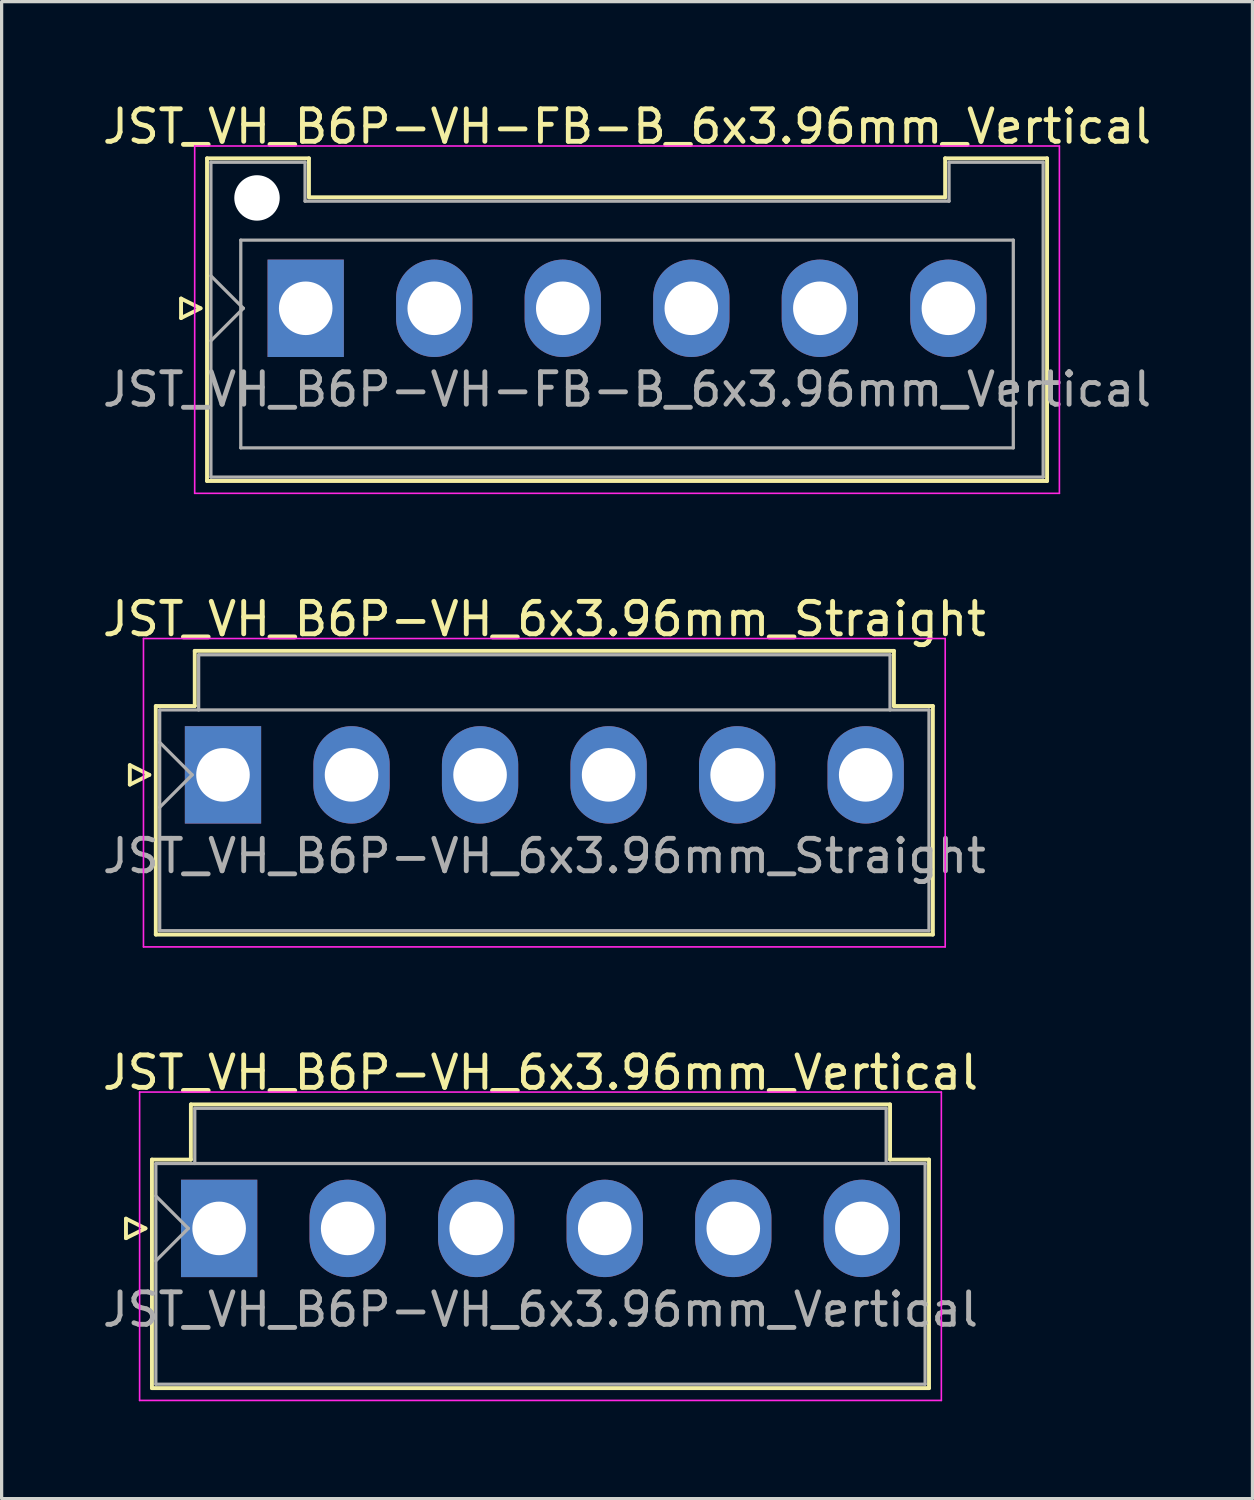
<source format=kicad_pcb>
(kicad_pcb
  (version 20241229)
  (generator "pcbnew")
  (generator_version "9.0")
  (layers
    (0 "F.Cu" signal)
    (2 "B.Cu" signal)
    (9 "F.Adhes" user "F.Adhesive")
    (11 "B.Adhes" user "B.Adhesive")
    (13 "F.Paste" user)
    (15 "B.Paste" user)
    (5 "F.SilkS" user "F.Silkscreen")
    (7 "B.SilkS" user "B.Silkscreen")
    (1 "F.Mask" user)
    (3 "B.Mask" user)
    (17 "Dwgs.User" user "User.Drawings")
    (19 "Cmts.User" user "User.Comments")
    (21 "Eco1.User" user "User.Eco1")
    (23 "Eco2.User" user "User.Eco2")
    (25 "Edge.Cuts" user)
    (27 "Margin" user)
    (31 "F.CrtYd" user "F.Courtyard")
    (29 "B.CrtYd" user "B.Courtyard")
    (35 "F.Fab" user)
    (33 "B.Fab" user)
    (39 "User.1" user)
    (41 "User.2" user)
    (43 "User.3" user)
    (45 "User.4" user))
  (footprint "JST_VH_B6P-VH_6x3.96mm_Straight"
    (layer "F.Cu")
    (at 3.82 20.822)
    (property "Reference" "JST_VH_B6P-VH_6x3.96mm_Straight" (at 9.9 -4.8 0) (layer "F.SilkS") (effects (font (size 1 1) (thickness 0.15))))
    (attr through_hole)
    (fp_line (start -2.87 -0.3) (end -2.27 0) (stroke (width 0.12) (type solid)) (layer "F.SilkS"))
    (fp_line (start -2.87 0.3) (end -2.87 -0.3) (stroke (width 0.12) (type solid)) (layer "F.SilkS"))
    (fp_line (start -2.27 0) (end -2.87 0.3) (stroke (width 0.12) (type solid)) (layer "F.SilkS"))
    (fp_line (start -2.07 -2.12) (end -0.87 -2.12) (stroke (width 0.12) (type solid)) (layer "F.SilkS"))
    (fp_line (start -2.07 4.92) (end -2.07 -2.12) (stroke (width 0.12) (type solid)) (layer "F.SilkS"))
    (fp_line (start -0.87 -3.82) (end 20.67 -3.82) (stroke (width 0.12) (type solid)) (layer "F.SilkS"))
    (fp_line (start -0.87 -2.12) (end -0.87 -3.82) (stroke (width 0.12) (type solid)) (layer "F.SilkS"))
    (fp_line (start 20.67 -3.82) (end 20.67 -2.12) (stroke (width 0.12) (type solid)) (layer "F.SilkS"))
    (fp_line (start 20.67 -2.12) (end 21.87 -2.12) (stroke (width 0.12) (type solid)) (layer "F.SilkS"))
    (fp_line (start 21.87 -2.12) (end 21.87 4.92) (stroke (width 0.12) (type solid)) (layer "F.SilkS"))
    (fp_line (start 21.87 4.92) (end -2.07 4.92) (stroke (width 0.12) (type solid)) (layer "F.SilkS"))
    (fp_line (start -2.45 -4.2) (end -2.45 5.3) (stroke (width 0.05) (type solid)) (layer "F.CrtYd"))
    (fp_line (start -2.45 5.3) (end 22.25 5.3) (stroke (width 0.05) (type solid)) (layer "F.CrtYd"))
    (fp_line (start 22.25 -4.2) (end -2.45 -4.2) (stroke (width 0.05) (type solid)) (layer "F.CrtYd"))
    (fp_line (start 22.25 5.3) (end 22.25 -4.2) (stroke (width 0.05) (type solid)) (layer "F.CrtYd"))
    (fp_line (start -1.95 -2) (end -1.95 4.8) (stroke (width 0.1) (type solid)) (layer "F.Fab"))
    (fp_line (start -1.95 -1) (end -0.95 0) (stroke (width 0.1) (type solid)) (layer "F.Fab"))
    (fp_line (start -1.95 1) (end -0.95 0) (stroke (width 0.1) (type solid)) (layer "F.Fab"))
    (fp_line (start -1.95 4.8) (end 21.75 4.8) (stroke (width 0.1) (type solid)) (layer "F.Fab"))
    (fp_line (start -0.75 -3.7) (end 20.55 -3.7) (stroke (width 0.1) (type solid)) (layer "F.Fab"))
    (fp_line (start -0.75 -2) (end -0.75 -3.7) (stroke (width 0.1) (type solid)) (layer "F.Fab"))
    (fp_line (start 20.55 -3.7) (end 20.55 -2) (stroke (width 0.1) (type solid)) (layer "F.Fab"))
    (fp_line (start 21.75 -2) (end -1.95 -2) (stroke (width 0.1) (type solid)) (layer "F.Fab"))
    (fp_line (start 21.75 4.8) (end 21.75 -2) (stroke (width 0.1) (type solid)) (layer "F.Fab"))
    (fp_text user "${REFERENCE}" (at 9.9 2.5 0) (layer "F.Fab") (effects (font (size 1 1) (thickness 0.15))))
    (pad "1" thru_hole rect (at 0 0) (size 2.35 3) (drill 1.65) (layers "*.Cu" "*.Mask"))
    (pad "2" thru_hole oval (at 3.96 0) (size 2.35 3) (drill 1.65) (layers "*.Cu" "*.Mask"))
    (pad "3" thru_hole oval (at 7.92 0) (size 2.35 3) (drill 1.65) (layers "*.Cu" "*.Mask"))
    (pad "4" thru_hole oval (at 11.88 0) (size 2.35 3) (drill 1.65) (layers "*.Cu" "*.Mask"))
    (pad "5" thru_hole oval (at 15.84 0) (size 2.35 3) (drill 1.65) (layers "*.Cu" "*.Mask"))
    (pad "6" thru_hole oval (at 19.8 0) (size 2.35 3) (drill 1.65) (layers "*.Cu" "*.Mask")))
  (footprint "JST_VH_B6P-VH_6x3.96mm_Vertical"
    (layer "F.Cu")
    (at 3.701 34.795)
    (property "Reference" "JST_VH_B6P-VH_6x3.96mm_Vertical" (at 9.9 -4.8 0) (layer "F.SilkS") (effects (font (size 1 1) (thickness 0.15))))
    (attr through_hole)
    (fp_line (start -2.87 -0.3) (end -2.27 0) (stroke (width 0.12) (type solid)) (layer "F.SilkS"))
    (fp_line (start -2.87 0.3) (end -2.87 -0.3) (stroke (width 0.12) (type solid)) (layer "F.SilkS"))
    (fp_line (start -2.27 0) (end -2.87 0.3) (stroke (width 0.12) (type solid)) (layer "F.SilkS"))
    (fp_line (start -2.07 -2.12) (end -0.87 -2.12) (stroke (width 0.12) (type solid)) (layer "F.SilkS"))
    (fp_line (start -2.07 4.92) (end -2.07 -2.12) (stroke (width 0.12) (type solid)) (layer "F.SilkS"))
    (fp_line (start -0.87 -3.82) (end 20.67 -3.82) (stroke (width 0.12) (type solid)) (layer "F.SilkS"))
    (fp_line (start -0.87 -2.12) (end -0.87 -3.82) (stroke (width 0.12) (type solid)) (layer "F.SilkS"))
    (fp_line (start 20.67 -3.82) (end 20.67 -2.12) (stroke (width 0.12) (type solid)) (layer "F.SilkS"))
    (fp_line (start 20.67 -2.12) (end 21.87 -2.12) (stroke (width 0.12) (type solid)) (layer "F.SilkS"))
    (fp_line (start 21.87 -2.12) (end 21.87 4.92) (stroke (width 0.12) (type solid)) (layer "F.SilkS"))
    (fp_line (start 21.87 4.92) (end -2.07 4.92) (stroke (width 0.12) (type solid)) (layer "F.SilkS"))
    (fp_line (start -2.45 -4.2) (end -2.45 5.3) (stroke (width 0.05) (type solid)) (layer "F.CrtYd"))
    (fp_line (start -2.45 5.3) (end 22.25 5.3) (stroke (width 0.05) (type solid)) (layer "F.CrtYd"))
    (fp_line (start 22.25 -4.2) (end -2.45 -4.2) (stroke (width 0.05) (type solid)) (layer "F.CrtYd"))
    (fp_line (start 22.25 5.3) (end 22.25 -4.2) (stroke (width 0.05) (type solid)) (layer "F.CrtYd"))
    (fp_line (start -1.95 -2) (end -1.95 4.8) (stroke (width 0.1) (type solid)) (layer "F.Fab"))
    (fp_line (start -1.95 -1) (end -0.95 0) (stroke (width 0.1) (type solid)) (layer "F.Fab"))
    (fp_line (start -1.95 1) (end -0.95 0) (stroke (width 0.1) (type solid)) (layer "F.Fab"))
    (fp_line (start -1.95 4.8) (end 21.75 4.8) (stroke (width 0.1) (type solid)) (layer "F.Fab"))
    (fp_line (start -0.75 -3.7) (end 20.55 -3.7) (stroke (width 0.1) (type solid)) (layer "F.Fab"))
    (fp_line (start -0.75 -2) (end -0.75 -3.7) (stroke (width 0.1) (type solid)) (layer "F.Fab"))
    (fp_line (start 20.55 -3.7) (end 20.55 -2) (stroke (width 0.1) (type solid)) (layer "F.Fab"))
    (fp_line (start 21.75 -2) (end -1.95 -2) (stroke (width 0.1) (type solid)) (layer "F.Fab"))
    (fp_line (start 21.75 4.8) (end 21.75 -2) (stroke (width 0.1) (type solid)) (layer "F.Fab"))
    (fp_text user "${REFERENCE}" (at 9.9 2.5 0) (layer "F.Fab") (effects (font (size 1 1) (thickness 0.15))))
    (pad "1" thru_hole rect (at 0 0) (size 2.35 3) (drill 1.65) (layers "*.Cu" "*.Mask"))
    (pad "2" thru_hole oval (at 3.96 0) (size 2.35 3) (drill 1.65) (layers "*.Cu" "*.Mask"))
    (pad "3" thru_hole oval (at 7.92 0) (size 2.35 3) (drill 1.65) (layers "*.Cu" "*.Mask"))
    (pad "4" thru_hole oval (at 11.88 0) (size 2.35 3) (drill 1.65) (layers "*.Cu" "*.Mask"))
    (pad "5" thru_hole oval (at 15.84 0) (size 2.35 3) (drill 1.65) (layers "*.Cu" "*.Mask"))
    (pad "6" thru_hole oval (at 19.8 0) (size 2.35 3) (drill 1.65) (layers "*.Cu" "*.Mask")))
  (footprint "JST_VH_B6P-VH-FB-B_6x3.96mm_Vertical"
    (layer "F.Cu")
    (at 6.368 6.448)
    (property "Reference" "JST_VH_B6P-VH-FB-B_6x3.96mm_Vertical" (at 9.9 -5.6 0) (layer "F.SilkS") (effects (font (size 1 1) (thickness 0.15))))
    (attr through_hole)
    (fp_line (start -3.84 -0.3) (end -3.24 0) (stroke (width 0.12) (type solid)) (layer "F.SilkS"))
    (fp_line (start -3.84 0.3) (end -3.84 -0.3) (stroke (width 0.12) (type solid)) (layer "F.SilkS"))
    (fp_line (start -3.24 0) (end -3.84 0.3) (stroke (width 0.12) (type solid)) (layer "F.SilkS"))
    (fp_line (start -3.04 -4.62) (end 0.1 -4.62) (stroke (width 0.12) (type solid)) (layer "F.SilkS"))
    (fp_line (start -3.04 5.32) (end -3.04 -4.62) (stroke (width 0.12) (type solid)) (layer "F.SilkS"))
    (fp_line (start 0.1 -4.62) (end 0.1 -3.42) (stroke (width 0.12) (type solid)) (layer "F.SilkS"))
    (fp_line (start 0.1 -3.42) (end 19.7 -3.42) (stroke (width 0.12) (type solid)) (layer "F.SilkS"))
    (fp_line (start 19.7 -4.62) (end 22.84 -4.62) (stroke (width 0.12) (type solid)) (layer "F.SilkS"))
    (fp_line (start 19.7 -3.42) (end 19.7 -4.62) (stroke (width 0.12) (type solid)) (layer "F.SilkS"))
    (fp_line (start 22.84 -4.62) (end 22.84 5.32) (stroke (width 0.12) (type solid)) (layer "F.SilkS"))
    (fp_line (start 22.84 5.32) (end -3.04 5.32) (stroke (width 0.12) (type solid)) (layer "F.SilkS"))
    (fp_line (start -3.42 -5) (end -3.42 5.7) (stroke (width 0.05) (type solid)) (layer "F.CrtYd"))
    (fp_line (start -3.42 5.7) (end 23.22 5.7) (stroke (width 0.05) (type solid)) (layer "F.CrtYd"))
    (fp_line (start 23.22 -5) (end -3.42 -5) (stroke (width 0.05) (type solid)) (layer "F.CrtYd"))
    (fp_line (start 23.22 5.7) (end 23.22 -5) (stroke (width 0.05) (type solid)) (layer "F.CrtYd"))
    (fp_line (start -2.92 -4.5) (end -0.02 -4.5) (stroke (width 0.1) (type solid)) (layer "F.Fab"))
    (fp_line (start -2.92 -1) (end -1.92 0) (stroke (width 0.1) (type solid)) (layer "F.Fab"))
    (fp_line (start -2.92 1) (end -1.92 0) (stroke (width 0.1) (type solid)) (layer "F.Fab"))
    (fp_line (start -2.92 5.2) (end -2.92 -4.5) (stroke (width 0.1) (type solid)) (layer "F.Fab"))
    (fp_line (start -2 -2.1) (end 21.8 -2.1) (stroke (width 0.1) (type solid)) (layer "F.Fab"))
    (fp_line (start -2 4.3) (end -2 -2.1) (stroke (width 0.1) (type solid)) (layer "F.Fab"))
    (fp_line (start -0.02 -4.5) (end -0.02 -3.3) (stroke (width 0.1) (type solid)) (layer "F.Fab"))
    (fp_line (start -0.02 -3.3) (end 19.82 -3.3) (stroke (width 0.1) (type solid)) (layer "F.Fab"))
    (fp_line (start 19.82 -4.5) (end 22.72 -4.5) (stroke (width 0.1) (type solid)) (layer "F.Fab"))
    (fp_line (start 19.82 -3.3) (end 19.82 -4.5) (stroke (width 0.1) (type solid)) (layer "F.Fab"))
    (fp_line (start 21.8 -2.1) (end 21.8 4.3) (stroke (width 0.1) (type solid)) (layer "F.Fab"))
    (fp_line (start 21.8 4.3) (end -2 4.3) (stroke (width 0.1) (type solid)) (layer "F.Fab"))
    (fp_line (start 22.72 -4.5) (end 22.72 5.2) (stroke (width 0.1) (type solid)) (layer "F.Fab"))
    (fp_line (start 22.72 5.2) (end -2.92 5.2) (stroke (width 0.1) (type solid)) (layer "F.Fab"))
    (fp_text user "${REFERENCE}" (at 9.9 2.5 0) (layer "F.Fab") (effects (font (size 1 1) (thickness 0.15))))
    (pad "" np_thru_hole circle (at -1.5 -3.4) (size 1.4 1.4) (drill 1.4) (layers "*.Cu" "*.Mask"))
    (pad "1" thru_hole rect (at 0 0) (size 2.35 3) (drill 1.65) (layers "*.Cu" "*.Mask"))
    (pad "2" thru_hole oval (at 3.96 0) (size 2.35 3) (drill 1.65) (layers "*.Cu" "*.Mask"))
    (pad "3" thru_hole oval (at 7.92 0) (size 2.35 3) (drill 1.65) (layers "*.Cu" "*.Mask"))
    (pad "4" thru_hole oval (at 11.88 0) (size 2.35 3) (drill 1.65) (layers "*.Cu" "*.Mask"))
    (pad "5" thru_hole oval (at 15.84 0) (size 2.35 3) (drill 1.65) (layers "*.Cu" "*.Mask"))
    (pad "6" thru_hole oval (at 19.8 0) (size 2.35 3) (drill 1.65) (layers "*.Cu" "*.Mask")))
  (gr_rect
    (start -3 -3)
    (end 35.536 43.12)
    (stroke (width 0.1) (type default))
    (fill no)
    (layer "Edge.Cuts")))
</source>
